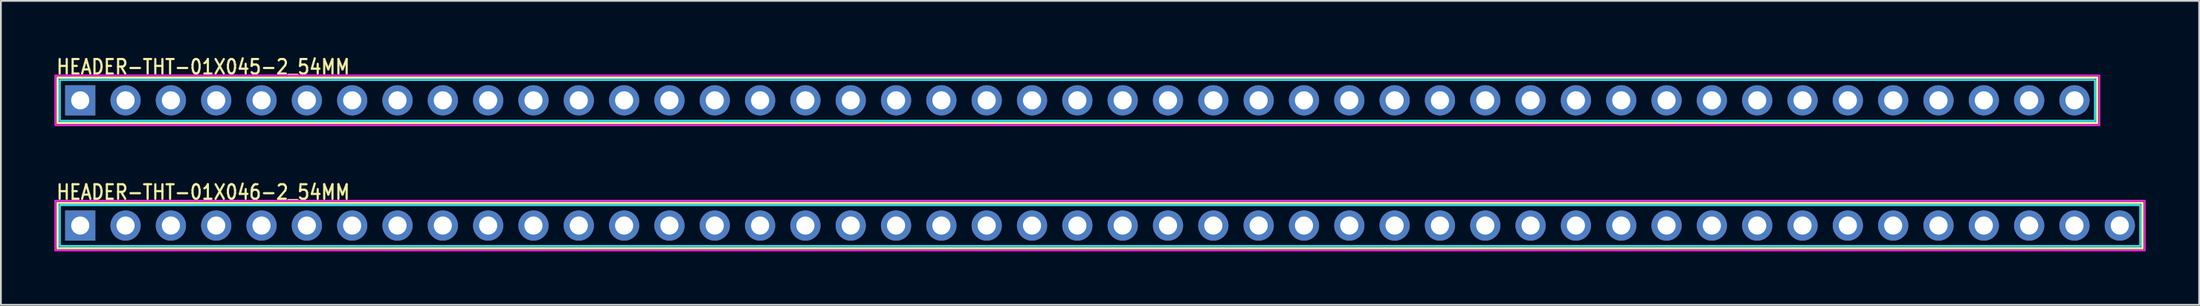
<source format=kicad_pcb>
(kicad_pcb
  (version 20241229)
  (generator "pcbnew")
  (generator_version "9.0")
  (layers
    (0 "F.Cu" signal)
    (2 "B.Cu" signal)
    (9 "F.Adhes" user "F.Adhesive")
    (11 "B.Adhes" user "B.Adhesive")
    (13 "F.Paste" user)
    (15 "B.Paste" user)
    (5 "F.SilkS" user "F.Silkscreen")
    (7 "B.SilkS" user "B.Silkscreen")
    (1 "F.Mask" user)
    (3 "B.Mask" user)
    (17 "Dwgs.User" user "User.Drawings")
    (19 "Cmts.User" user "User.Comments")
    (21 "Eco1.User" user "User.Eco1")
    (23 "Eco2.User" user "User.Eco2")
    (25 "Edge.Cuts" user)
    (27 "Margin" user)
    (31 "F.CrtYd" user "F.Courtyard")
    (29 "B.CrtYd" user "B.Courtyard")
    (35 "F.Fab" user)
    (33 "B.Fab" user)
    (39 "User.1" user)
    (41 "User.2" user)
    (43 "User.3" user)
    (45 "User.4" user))
  (footprint "HEADER-THT-01X046-2_54MM"
    (layer "F.Cu")
    (at 1.447 9.604)
    (property "Reference" "HEADER-THT-01X046-2_54MM" (at -1.4 -1.4 0) (unlocked yes) (layer "F.SilkS") (effects (font (size 0.813 0.695) (thickness 0.122)) (justify left bottom)))
    (fp_line (start -1.27 -1.27) (end -1.27 1.27) (stroke (width 0.127) (type solid)) (layer "F.SilkS"))
    (fp_line (start -1.27 1.27) (end 115.57 1.27) (stroke (width 0.127) (type solid)) (layer "F.SilkS"))
    (fp_line (start 115.57 -1.27) (end -1.27 -1.27) (stroke (width 0.127) (type solid)) (layer "F.SilkS"))
    (fp_line (start 115.57 1.27) (end 115.57 -1.27) (stroke (width 0.127) (type solid)) (layer "F.SilkS"))
    (fp_poly (pts (xy -1.143 -1.143) (xy 115.443 -1.143) (xy 115.443 1.143) (xy -1.143 1.143)) (stroke (width 0.1) (type solid)) (fill no) (layer "B.CrtYd"))
    (fp_poly (pts (xy -1.397 -1.397) (xy 115.697 -1.397) (xy 115.697 1.397) (xy -1.397 1.397)) (stroke (width 0.1) (type solid)) (fill no) (layer "F.CrtYd"))
    (pad "1" thru_hole rect (at 0 0) (size 1.693 1.693) (drill 1.016) (layers "*.Cu" "*.Mask"))
    (pad "2" thru_hole oval (at 2.54 0) (size 1.693 1.693) (drill 1.016) (layers "*.Cu" "*.Mask"))
    (pad "3" thru_hole oval (at 5.08 0) (size 1.693 1.693) (drill 1.016) (layers "*.Cu" "*.Mask"))
    (pad "4" thru_hole oval (at 7.62 0) (size 1.693 1.693) (drill 1.016) (layers "*.Cu" "*.Mask"))
    (pad "5" thru_hole oval (at 10.16 0) (size 1.693 1.693) (drill 1.016) (layers "*.Cu" "*.Mask"))
    (pad "6" thru_hole oval (at 12.7 0) (size 1.693 1.693) (drill 1.016) (layers "*.Cu" "*.Mask"))
    (pad "7" thru_hole oval (at 15.24 0) (size 1.693 1.693) (drill 1.016) (layers "*.Cu" "*.Mask"))
    (pad "8" thru_hole oval (at 17.78 0) (size 1.693 1.693) (drill 1.016) (layers "*.Cu" "*.Mask"))
    (pad "9" thru_hole oval (at 20.32 0) (size 1.693 1.693) (drill 1.016) (layers "*.Cu" "*.Mask"))
    (pad "10" thru_hole oval (at 22.86 0) (size 1.693 1.693) (drill 1.016) (layers "*.Cu" "*.Mask"))
    (pad "11" thru_hole oval (at 25.4 0) (size 1.693 1.693) (drill 1.016) (layers "*.Cu" "*.Mask"))
    (pad "12" thru_hole oval (at 27.94 0) (size 1.693 1.693) (drill 1.016) (layers "*.Cu" "*.Mask"))
    (pad "13" thru_hole oval (at 30.48 0) (size 1.693 1.693) (drill 1.016) (layers "*.Cu" "*.Mask"))
    (pad "14" thru_hole oval (at 33.02 0) (size 1.693 1.693) (drill 1.016) (layers "*.Cu" "*.Mask"))
    (pad "15" thru_hole oval (at 35.56 0) (size 1.693 1.693) (drill 1.016) (layers "*.Cu" "*.Mask"))
    (pad "16" thru_hole oval (at 38.1 0) (size 1.693 1.693) (drill 1.016) (layers "*.Cu" "*.Mask"))
    (pad "17" thru_hole oval (at 40.64 0) (size 1.693 1.693) (drill 1.016) (layers "*.Cu" "*.Mask"))
    (pad "18" thru_hole oval (at 43.18 0) (size 1.693 1.693) (drill 1.016) (layers "*.Cu" "*.Mask"))
    (pad "19" thru_hole oval (at 45.72 0) (size 1.693 1.693) (drill 1.016) (layers "*.Cu" "*.Mask"))
    (pad "20" thru_hole oval (at 48.26 0) (size 1.693 1.693) (drill 1.016) (layers "*.Cu" "*.Mask"))
    (pad "21" thru_hole oval (at 50.8 0) (size 1.693 1.693) (drill 1.016) (layers "*.Cu" "*.Mask"))
    (pad "22" thru_hole oval (at 53.34 0) (size 1.693 1.693) (drill 1.016) (layers "*.Cu" "*.Mask"))
    (pad "23" thru_hole oval (at 55.88 0) (size 1.693 1.693) (drill 1.016) (layers "*.Cu" "*.Mask"))
    (pad "24" thru_hole oval (at 58.42 0) (size 1.693 1.693) (drill 1.016) (layers "*.Cu" "*.Mask"))
    (pad "25" thru_hole oval (at 60.96 0) (size 1.693 1.693) (drill 1.016) (layers "*.Cu" "*.Mask"))
    (pad "26" thru_hole oval (at 63.5 0) (size 1.693 1.693) (drill 1.016) (layers "*.Cu" "*.Mask"))
    (pad "27" thru_hole oval (at 66.04 0) (size 1.693 1.693) (drill 1.016) (layers "*.Cu" "*.Mask"))
    (pad "28" thru_hole oval (at 68.58 0) (size 1.693 1.693) (drill 1.016) (layers "*.Cu" "*.Mask"))
    (pad "29" thru_hole oval (at 71.12 0) (size 1.693 1.693) (drill 1.016) (layers "*.Cu" "*.Mask"))
    (pad "30" thru_hole oval (at 73.66 0) (size 1.693 1.693) (drill 1.016) (layers "*.Cu" "*.Mask"))
    (pad "31" thru_hole oval (at 76.2 0) (size 1.693 1.693) (drill 1.016) (layers "*.Cu" "*.Mask"))
    (pad "32" thru_hole oval (at 78.74 0) (size 1.693 1.693) (drill 1.016) (layers "*.Cu" "*.Mask"))
    (pad "33" thru_hole oval (at 81.28 0) (size 1.693 1.693) (drill 1.016) (layers "*.Cu" "*.Mask"))
    (pad "34" thru_hole oval (at 83.82 0) (size 1.693 1.693) (drill 1.016) (layers "*.Cu" "*.Mask"))
    (pad "35" thru_hole oval (at 86.36 0) (size 1.693 1.693) (drill 1.016) (layers "*.Cu" "*.Mask"))
    (pad "36" thru_hole oval (at 88.9 0) (size 1.693 1.693) (drill 1.016) (layers "*.Cu" "*.Mask"))
    (pad "37" thru_hole oval (at 91.44 0) (size 1.693 1.693) (drill 1.016) (layers "*.Cu" "*.Mask"))
    (pad "38" thru_hole oval (at 93.98 0) (size 1.693 1.693) (drill 1.016) (layers "*.Cu" "*.Mask"))
    (pad "39" thru_hole oval (at 96.52 0) (size 1.693 1.693) (drill 1.016) (layers "*.Cu" "*.Mask"))
    (pad "40" thru_hole oval (at 99.06 0) (size 1.693 1.693) (drill 1.016) (layers "*.Cu" "*.Mask"))
    (pad "41" thru_hole oval (at 101.6 0) (size 1.693 1.693) (drill 1.016) (layers "*.Cu" "*.Mask"))
    (pad "42" thru_hole oval (at 104.14 0) (size 1.693 1.693) (drill 1.016) (layers "*.Cu" "*.Mask"))
    (pad "43" thru_hole oval (at 106.68 0) (size 1.693 1.693) (drill 1.016) (layers "*.Cu" "*.Mask"))
    (pad "44" thru_hole oval (at 109.22 0) (size 1.693 1.693) (drill 1.016) (layers "*.Cu" "*.Mask"))
    (pad "45" thru_hole oval (at 111.76 0) (size 1.693 1.693) (drill 1.016) (layers "*.Cu" "*.Mask"))
    (pad "46" thru_hole oval (at 114.3 0) (size 1.693 1.693) (drill 1.016) (layers "*.Cu" "*.Mask")))
  (footprint "HEADER-THT-01X045-2_54MM"
    (layer "F.Cu")
    (at 1.447 2.579)
    (property "Reference" "HEADER-THT-01X045-2_54MM" (at -1.4 -1.4 0) (unlocked yes) (layer "F.SilkS") (effects (font (size 0.813 0.695) (thickness 0.122)) (justify left bottom)))
    (fp_line (start -1.27 -1.27) (end -1.27 1.27) (stroke (width 0.127) (type solid)) (layer "F.SilkS"))
    (fp_line (start -1.27 1.27) (end 113.03 1.27) (stroke (width 0.127) (type solid)) (layer "F.SilkS"))
    (fp_line (start 113.03 -1.27) (end -1.27 -1.27) (stroke (width 0.127) (type solid)) (layer "F.SilkS"))
    (fp_line (start 113.03 1.27) (end 113.03 -1.27) (stroke (width 0.127) (type solid)) (layer "F.SilkS"))
    (fp_poly (pts (xy -1.143 -1.143) (xy 112.903 -1.143) (xy 112.903 1.143) (xy -1.143 1.143)) (stroke (width 0.1) (type solid)) (fill no) (layer "B.CrtYd"))
    (fp_poly (pts (xy -1.397 -1.397) (xy 113.157 -1.397) (xy 113.157 1.397) (xy -1.397 1.397)) (stroke (width 0.1) (type solid)) (fill no) (layer "F.CrtYd"))
    (pad "1" thru_hole rect (at 0 0) (size 1.693 1.693) (drill 1.016) (layers "*.Cu" "*.Mask"))
    (pad "2" thru_hole oval (at 2.54 0) (size 1.693 1.693) (drill 1.016) (layers "*.Cu" "*.Mask"))
    (pad "3" thru_hole oval (at 5.08 0) (size 1.693 1.693) (drill 1.016) (layers "*.Cu" "*.Mask"))
    (pad "4" thru_hole oval (at 7.62 0) (size 1.693 1.693) (drill 1.016) (layers "*.Cu" "*.Mask"))
    (pad "5" thru_hole oval (at 10.16 0) (size 1.693 1.693) (drill 1.016) (layers "*.Cu" "*.Mask"))
    (pad "6" thru_hole oval (at 12.7 0) (size 1.693 1.693) (drill 1.016) (layers "*.Cu" "*.Mask"))
    (pad "7" thru_hole oval (at 15.24 0) (size 1.693 1.693) (drill 1.016) (layers "*.Cu" "*.Mask"))
    (pad "8" thru_hole oval (at 17.78 0) (size 1.693 1.693) (drill 1.016) (layers "*.Cu" "*.Mask"))
    (pad "9" thru_hole oval (at 20.32 0) (size 1.693 1.693) (drill 1.016) (layers "*.Cu" "*.Mask"))
    (pad "10" thru_hole oval (at 22.86 0) (size 1.693 1.693) (drill 1.016) (layers "*.Cu" "*.Mask"))
    (pad "11" thru_hole oval (at 25.4 0) (size 1.693 1.693) (drill 1.016) (layers "*.Cu" "*.Mask"))
    (pad "12" thru_hole oval (at 27.94 0) (size 1.693 1.693) (drill 1.016) (layers "*.Cu" "*.Mask"))
    (pad "13" thru_hole oval (at 30.48 0) (size 1.693 1.693) (drill 1.016) (layers "*.Cu" "*.Mask"))
    (pad "14" thru_hole oval (at 33.02 0) (size 1.693 1.693) (drill 1.016) (layers "*.Cu" "*.Mask"))
    (pad "15" thru_hole oval (at 35.56 0) (size 1.693 1.693) (drill 1.016) (layers "*.Cu" "*.Mask"))
    (pad "16" thru_hole oval (at 38.1 0) (size 1.693 1.693) (drill 1.016) (layers "*.Cu" "*.Mask"))
    (pad "17" thru_hole oval (at 40.64 0) (size 1.693 1.693) (drill 1.016) (layers "*.Cu" "*.Mask"))
    (pad "18" thru_hole oval (at 43.18 0) (size 1.693 1.693) (drill 1.016) (layers "*.Cu" "*.Mask"))
    (pad "19" thru_hole oval (at 45.72 0) (size 1.693 1.693) (drill 1.016) (layers "*.Cu" "*.Mask"))
    (pad "20" thru_hole oval (at 48.26 0) (size 1.693 1.693) (drill 1.016) (layers "*.Cu" "*.Mask"))
    (pad "21" thru_hole oval (at 50.8 0) (size 1.693 1.693) (drill 1.016) (layers "*.Cu" "*.Mask"))
    (pad "22" thru_hole oval (at 53.34 0) (size 1.693 1.693) (drill 1.016) (layers "*.Cu" "*.Mask"))
    (pad "23" thru_hole oval (at 55.88 0) (size 1.693 1.693) (drill 1.016) (layers "*.Cu" "*.Mask"))
    (pad "24" thru_hole oval (at 58.42 0) (size 1.693 1.693) (drill 1.016) (layers "*.Cu" "*.Mask"))
    (pad "25" thru_hole oval (at 60.96 0) (size 1.693 1.693) (drill 1.016) (layers "*.Cu" "*.Mask"))
    (pad "26" thru_hole oval (at 63.5 0) (size 1.693 1.693) (drill 1.016) (layers "*.Cu" "*.Mask"))
    (pad "27" thru_hole oval (at 66.04 0) (size 1.693 1.693) (drill 1.016) (layers "*.Cu" "*.Mask"))
    (pad "28" thru_hole oval (at 68.58 0) (size 1.693 1.693) (drill 1.016) (layers "*.Cu" "*.Mask"))
    (pad "29" thru_hole oval (at 71.12 0) (size 1.693 1.693) (drill 1.016) (layers "*.Cu" "*.Mask"))
    (pad "30" thru_hole oval (at 73.66 0) (size 1.693 1.693) (drill 1.016) (layers "*.Cu" "*.Mask"))
    (pad "31" thru_hole oval (at 76.2 0) (size 1.693 1.693) (drill 1.016) (layers "*.Cu" "*.Mask"))
    (pad "32" thru_hole oval (at 78.74 0) (size 1.693 1.693) (drill 1.016) (layers "*.Cu" "*.Mask"))
    (pad "33" thru_hole oval (at 81.28 0) (size 1.693 1.693) (drill 1.016) (layers "*.Cu" "*.Mask"))
    (pad "34" thru_hole oval (at 83.82 0) (size 1.693 1.693) (drill 1.016) (layers "*.Cu" "*.Mask"))
    (pad "35" thru_hole oval (at 86.36 0) (size 1.693 1.693) (drill 1.016) (layers "*.Cu" "*.Mask"))
    (pad "36" thru_hole oval (at 88.9 0) (size 1.693 1.693) (drill 1.016) (layers "*.Cu" "*.Mask"))
    (pad "37" thru_hole oval (at 91.44 0) (size 1.693 1.693) (drill 1.016) (layers "*.Cu" "*.Mask"))
    (pad "38" thru_hole oval (at 93.98 0) (size 1.693 1.693) (drill 1.016) (layers "*.Cu" "*.Mask"))
    (pad "39" thru_hole oval (at 96.52 0) (size 1.693 1.693) (drill 1.016) (layers "*.Cu" "*.Mask"))
    (pad "40" thru_hole oval (at 99.06 0) (size 1.693 1.693) (drill 1.016) (layers "*.Cu" "*.Mask"))
    (pad "41" thru_hole oval (at 101.6 0) (size 1.693 1.693) (drill 1.016) (layers "*.Cu" "*.Mask"))
    (pad "42" thru_hole oval (at 104.14 0) (size 1.693 1.693) (drill 1.016) (layers "*.Cu" "*.Mask"))
    (pad "43" thru_hole oval (at 106.68 0) (size 1.693 1.693) (drill 1.016) (layers "*.Cu" "*.Mask"))
    (pad "44" thru_hole oval (at 109.22 0) (size 1.693 1.693) (drill 1.016) (layers "*.Cu" "*.Mask"))
    (pad "45" thru_hole oval (at 111.76 0) (size 1.693 1.693) (drill 1.016) (layers "*.Cu" "*.Mask")))
  (gr_rect
    (start -3 -3)
    (end 120.194 14.051)
    (stroke (width 0.1) (type default))
    (fill no)
    (layer "Edge.Cuts")))
</source>
